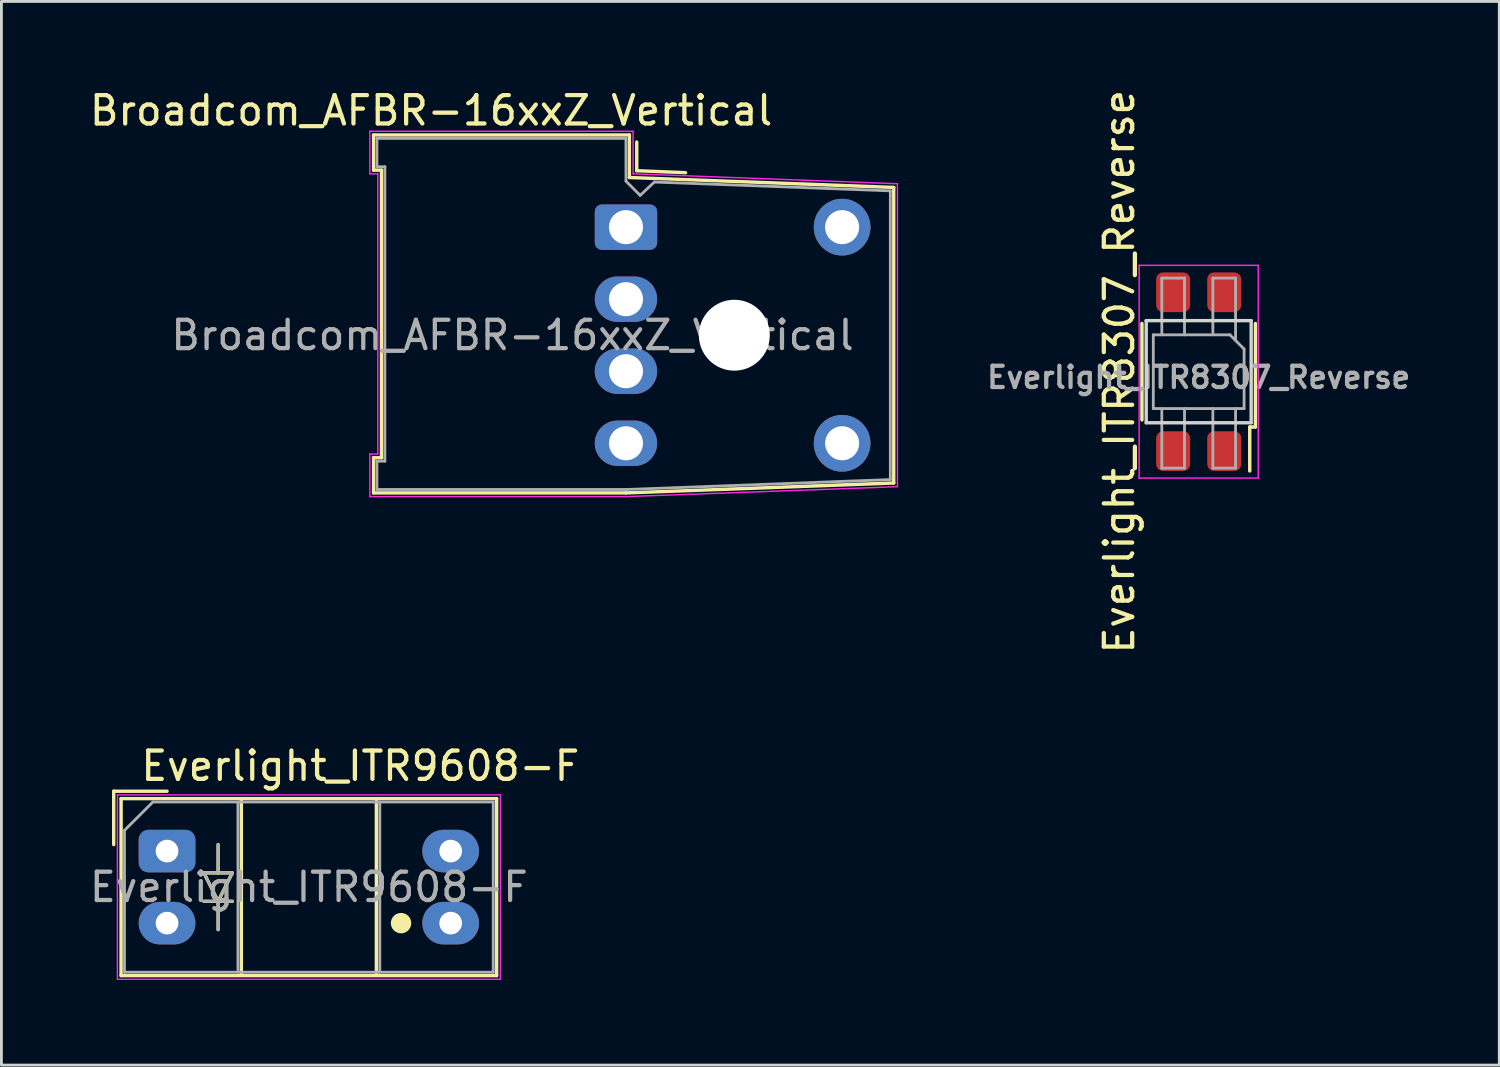
<source format=kicad_pcb>
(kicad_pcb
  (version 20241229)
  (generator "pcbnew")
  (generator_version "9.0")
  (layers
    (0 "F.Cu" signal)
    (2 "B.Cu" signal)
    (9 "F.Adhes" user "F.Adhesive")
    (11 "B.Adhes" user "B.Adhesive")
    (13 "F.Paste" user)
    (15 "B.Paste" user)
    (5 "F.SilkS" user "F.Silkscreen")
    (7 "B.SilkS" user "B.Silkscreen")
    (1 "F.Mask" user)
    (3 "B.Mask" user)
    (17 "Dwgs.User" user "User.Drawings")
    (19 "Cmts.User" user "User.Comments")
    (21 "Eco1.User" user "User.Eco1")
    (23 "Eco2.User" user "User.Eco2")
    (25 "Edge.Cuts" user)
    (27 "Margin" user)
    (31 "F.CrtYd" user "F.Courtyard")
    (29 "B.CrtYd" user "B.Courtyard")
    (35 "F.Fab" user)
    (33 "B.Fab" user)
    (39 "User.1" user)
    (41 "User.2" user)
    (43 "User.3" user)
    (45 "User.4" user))
  (footprint "Everlight_ITR8307_Reverse"
    (layer "F.Cu")
    (at 39.21 10.054)
    (property "Reference" "Everlight_ITR8307_Reverse" (at -2.8 0 90) (layer "F.SilkS") (effects (font (size 1 1) (thickness 0.15))))
    (attr smd)
    (fp_line (start -2 1.7) (end -2 -1.7) (stroke (width 0.12) (type solid)) (layer "F.SilkS"))
    (fp_line (start 1.8 3.5) (end 1.8 1.95) (stroke (width 0.12) (type solid)) (layer "F.SilkS"))
    (fp_line (start 2 1.95) (end 1.8 1.95) (stroke (width 0.12) (type solid)) (layer "F.SilkS"))
    (fp_line (start 2 1.95) (end 2 -1.7) (stroke (width 0.12) (type solid)) (layer "F.SilkS"))
    (fp_line (start -1.85 -1.8) (end 1.85 -1.8) (stroke (width 0.12) (type solid)) (layer "Edge.Cuts"))
    (fp_line (start -1.85 1.8) (end -1.85 -1.8) (stroke (width 0.12) (type solid)) (layer "Edge.Cuts"))
    (fp_line (start 1.85 -1.8) (end 1.85 1.8) (stroke (width 0.12) (type solid)) (layer "Edge.Cuts"))
    (fp_line (start 1.85 1.8) (end -1.85 1.8) (stroke (width 0.12) (type solid)) (layer "Edge.Cuts"))
    (fp_line (start -2.1 -3.75) (end -2.1 3.75) (stroke (width 0.05) (type solid)) (layer "F.CrtYd"))
    (fp_line (start -2.1 -3.75) (end 2.1 -3.75) (stroke (width 0.05) (type solid)) (layer "F.CrtYd"))
    (fp_line (start 2.1 3.75) (end -2.1 3.75) (stroke (width 0.05) (type solid)) (layer "F.CrtYd"))
    (fp_line (start 2.1 3.75) (end 2.1 -3.75) (stroke (width 0.05) (type solid)) (layer "F.CrtYd"))
    (fp_line (start -1.6 -1.3) (end -1.6 1.3) (stroke (width 0.1) (type solid)) (layer "F.Fab"))
    (fp_line (start -1.6 1.3) (end 1.6 1.3) (stroke (width 0.1) (type solid)) (layer "F.Fab"))
    (fp_line (start -1.3 -3.3) (end -1.3 -1.3) (stroke (width 0.1) (type solid)) (layer "F.Fab"))
    (fp_line (start -1.3 3.4) (end -1.3 1.3) (stroke (width 0.1) (type solid)) (layer "F.Fab"))
    (fp_line (start -0.5 -3.3) (end -1.3 -3.3) (stroke (width 0.1) (type solid)) (layer "F.Fab"))
    (fp_line (start -0.5 -1.3) (end -0.5 -3.3) (stroke (width 0.1) (type solid)) (layer "F.Fab"))
    (fp_line (start -0.5 1.3) (end -0.5 3.4) (stroke (width 0.1) (type solid)) (layer "F.Fab"))
    (fp_line (start -0.5 3.4) (end -1.3 3.4) (stroke (width 0.1) (type solid)) (layer "F.Fab"))
    (fp_line (start 0.5 -3.3) (end 0.5 -1.3) (stroke (width 0.1) (type solid)) (layer "F.Fab"))
    (fp_line (start 0.5 1.3) (end 0.5 3.4) (stroke (width 0.1) (type solid)) (layer "F.Fab"))
    (fp_line (start 0.5 3.4) (end 1.3 3.4) (stroke (width 0.1) (type solid)) (layer "F.Fab"))
    (fp_line (start 1.1 -1.3) (end -1.6 -1.3) (stroke (width 0.1) (type solid)) (layer "F.Fab"))
    (fp_line (start 1.3 -3.3) (end 0.5 -3.3) (stroke (width 0.1) (type solid)) (layer "F.Fab"))
    (fp_line (start 1.3 -3.3) (end 1.3 -1.1) (stroke (width 0.1) (type solid)) (layer "F.Fab"))
    (fp_line (start 1.3 3.4) (end 1.3 1.3) (stroke (width 0.1) (type solid)) (layer "F.Fab"))
    (fp_line (start 1.6 -0.8) (end 1.1 -1.3) (stroke (width 0.1) (type solid)) (layer "F.Fab"))
    (fp_line (start 1.6 1.3) (end 1.6 -0.8) (stroke (width 0.1) (type solid)) (layer "F.Fab"))
    (fp_text user "${REFERENCE}" (at 0 0.2 0) (layer "F.Fab") (effects (font (size 0.75 0.75) (thickness 0.15))))
    (pad "1" smd roundrect (at 0.9 2.8) (size 1.2 1.4) (layers "F.Cu" "F.Mask" "F.Paste") (roundrect_rratio 0.2))
    (pad "2" smd roundrect (at 0.9 -2.8) (size 1.2 1.4) (layers "F.Cu" "F.Mask" "F.Paste") (roundrect_rratio 0.2))
    (pad "3" smd roundrect (at -0.9 2.8) (size 1.2 1.4) (layers "F.Cu" "F.Mask" "F.Paste") (roundrect_rratio 0.2))
    (pad "4" smd roundrect (at -0.9 -2.8) (size 1.2 1.4) (layers "F.Cu" "F.Mask" "F.Paste") (roundrect_rratio 0.2)))
  (footprint "Broadcom_AFBR-16xxZ_Vertical"
    (layer "F.Cu")
    (at 19.019 4.958)
    (property "Reference" "Broadcom_AFBR-16xxZ_Vertical" (at -6.87 -4.11 0) (layer "F.SilkS") (effects (font (size 1 1) (thickness 0.15))))
    (attr through_hole)
    (fp_line (start -8.9 -3.25) (end 0.12 -3.25) (stroke (width 0.12) (type solid)) (layer "F.SilkS"))
    (fp_line (start -8.9 -2.01) (end -8.9 -3.25) (stroke (width 0.12) (type solid)) (layer "F.SilkS"))
    (fp_line (start -8.9 8.13) (end -8.62 8.13) (stroke (width 0.12) (type solid)) (layer "F.SilkS"))
    (fp_line (start -8.9 9.37) (end -8.9 8.13) (stroke (width 0.12) (type solid)) (layer "F.SilkS"))
    (fp_line (start -8.62 -2.01) (end -8.9 -2.01) (stroke (width 0.12) (type solid)) (layer "F.SilkS"))
    (fp_line (start -8.62 8.13) (end -8.62 -2.01) (stroke (width 0.12) (type solid)) (layer "F.SilkS"))
    (fp_line (start 0 9.37) (end -8.9 9.37) (stroke (width 0.12) (type solid)) (layer "F.SilkS"))
    (fp_line (start 0.12 -3.25) (end 0.12 -1.75) (stroke (width 0.12) (type solid)) (layer "F.SilkS"))
    (fp_line (start 0.12 -1.75) (end 9.44 -1.4) (stroke (width 0.12) (type solid)) (layer "F.SilkS"))
    (fp_line (start 0.38 -3) (end 0.38 -1.99) (stroke (width 0.12) (type solid)) (layer "F.SilkS"))
    (fp_line (start 0.38 -1.99) (end 2.1 -1.92) (stroke (width 0.12) (type solid)) (layer "F.SilkS"))
    (fp_line (start 9.44 -1.4) (end 9.44 9.02) (stroke (width 0.12) (type solid)) (layer "F.SilkS"))
    (fp_line (start 9.44 9.02) (end 0 9.37) (stroke (width 0.12) (type solid)) (layer "F.SilkS"))
    (fp_line (start -9.03 -3.38) (end -9.03 -1.88) (stroke (width 0.05) (type solid)) (layer "F.CrtYd"))
    (fp_line (start -9.03 -1.88) (end -8.75 -1.88) (stroke (width 0.05) (type solid)) (layer "F.CrtYd"))
    (fp_line (start -9.03 8) (end -9.03 9.5) (stroke (width 0.05) (type solid)) (layer "F.CrtYd"))
    (fp_line (start -9.03 9.5) (end 0 9.5) (stroke (width 0.05) (type solid)) (layer "F.CrtYd"))
    (fp_line (start -8.75 -1.88) (end -8.75 8) (stroke (width 0.05) (type solid)) (layer "F.CrtYd"))
    (fp_line (start -8.75 8) (end -9.03 8) (stroke (width 0.05) (type solid)) (layer "F.CrtYd"))
    (fp_line (start 0 9.5) (end 9.57 9.15) (stroke (width 0.05) (type solid)) (layer "F.CrtYd"))
    (fp_line (start 0.25 -3.38) (end -9.03 -3.38) (stroke (width 0.05) (type solid)) (layer "F.CrtYd"))
    (fp_line (start 0.25 -1.88) (end 0.25 -3.38) (stroke (width 0.05) (type solid)) (layer "F.CrtYd"))
    (fp_line (start 9.57 -1.53) (end 0.25 -1.88) (stroke (width 0.05) (type solid)) (layer "F.CrtYd"))
    (fp_line (start 9.57 9.15) (end 9.57 -1.53) (stroke (width 0.05) (type solid)) (layer "F.CrtYd"))
    (fp_line (start -8.78 -3.13) (end -8.78 -2.13) (stroke (width 0.1) (type solid)) (layer "F.Fab"))
    (fp_line (start -8.78 -3.13) (end 0 -3.13) (stroke (width 0.1) (type solid)) (layer "F.Fab"))
    (fp_line (start -8.78 -2.13) (end -8.5 -2.13) (stroke (width 0.1) (type solid)) (layer "F.Fab"))
    (fp_line (start -8.78 8.25) (end -8.78 9.25) (stroke (width 0.1) (type solid)) (layer "F.Fab"))
    (fp_line (start -8.5 -2.13) (end -8.5 8.25) (stroke (width 0.1) (type solid)) (layer "F.Fab"))
    (fp_line (start -8.5 8.25) (end -8.78 8.25) (stroke (width 0.1) (type solid)) (layer "F.Fab"))
    (fp_line (start 0 -1.63) (end 0 -3.13) (stroke (width 0.1) (type solid)) (layer "F.Fab"))
    (fp_line (start 0 -1.62) (end 0.5 -1.12) (stroke (width 0.1) (type solid)) (layer "F.Fab"))
    (fp_line (start 0 9.25) (end -8.78 9.25) (stroke (width 0.1) (type solid)) (layer "F.Fab"))
    (fp_line (start 0 9.25) (end 9.32 8.9) (stroke (width 0.1) (type solid)) (layer "F.Fab"))
    (fp_line (start 0.5 -1.12) (end 1 -1.59) (stroke (width 0.1) (type solid)) (layer "F.Fab"))
    (fp_line (start 9.32 -1.28) (end 1 -1.59) (stroke (width 0.1) (type solid)) (layer "F.Fab"))
    (fp_line (start 9.32 8.9) (end 9.32 -1.28) (stroke (width 0.1) (type solid)) (layer "F.Fab"))
    (fp_text user "${REFERENCE}" (at -4 3.81 0) (layer "F.Fab") (effects (font (size 1 1) (thickness 0.15))))
    (pad "" np_thru_hole circle (at 3.82 3.81) (size 2.5 2.5) (drill 2.5) (layers "*.Cu" "*.Mask"))
    (pad "1" thru_hole roundrect (at 0 0) (size 2.2 1.6) (drill 1.2) (layers "*.Cu" "*.Mask") (roundrect_rratio 0.156))
    (pad "2" thru_hole oval (at 0 2.54) (size 2.2 1.6) (drill 1.2) (layers "*.Cu" "*.Mask"))
    (pad "3" thru_hole oval (at 0 5.08) (size 2.2 1.6) (drill 1.2) (layers "*.Cu" "*.Mask"))
    (pad "4" thru_hole oval (at 0 7.62) (size 2.2 1.6) (drill 1.2) (layers "*.Cu" "*.Mask"))
    (pad "5" thru_hole circle (at 7.62 7.62) (size 2 2) (drill 1.2) (layers "*.Cu" "*.Mask"))
    (pad "8" thru_hole circle (at 7.62 0) (size 2 2) (drill 1.2) (layers "*.Cu" "*.Mask")))
  (footprint "Everlight_ITR9608-F"
    (layer "F.Cu")
    (at 2.839 26.955)
    (property "Reference" "Everlight_ITR9608-F" (at -1 -3 180) (layer "F.SilkS") (effects (font (size 1 1) (thickness 0.15)) (justify left)))
    (attr through_hole)
    (fp_line (start -1.88 -2.11) (end -1.88 -0.23) (stroke (width 0.12) (type solid)) (layer "F.SilkS"))
    (fp_line (start -1.88 -2.11) (end 0 -2.11) (stroke (width 0.12) (type solid)) (layer "F.SilkS"))
    (fp_line (start -1.62 -1.85) (end 11.62 -1.85) (stroke (width 0.12) (type solid)) (layer "F.SilkS"))
    (fp_line (start -1.62 4.39) (end -1.62 -1.85) (stroke (width 0.12) (type solid)) (layer "F.SilkS"))
    (fp_line (start 1.3 0.77) (end 1.8 1.77) (stroke (width 0.12) (type solid)) (layer "F.SilkS"))
    (fp_line (start 1.8 0.77) (end 1.8 -0.23) (stroke (width 0.12) (type solid)) (layer "F.SilkS"))
    (fp_line (start 1.8 1.77) (end 1.8 2.77) (stroke (width 0.12) (type solid)) (layer "F.SilkS"))
    (fp_line (start 1.8 1.77) (end 2.3 0.77) (stroke (width 0.12) (type solid)) (layer "F.SilkS"))
    (fp_line (start 2.3 0.77) (end 1.3 0.77) (stroke (width 0.12) (type solid)) (layer "F.SilkS"))
    (fp_line (start 2.3 1.77) (end 1.3 1.77) (stroke (width 0.12) (type solid)) (layer "F.SilkS"))
    (fp_line (start 2.62 4.37) (end 2.62 -1.85) (stroke (width 0.12) (type solid)) (layer "F.SilkS"))
    (fp_line (start 7.38 4.37) (end 7.38 -1.85) (stroke (width 0.12) (type solid)) (layer "F.SilkS"))
    (fp_line (start 11.62 -1.85) (end 11.62 4.39) (stroke (width 0.12) (type solid)) (layer "F.SilkS"))
    (fp_line (start 11.62 4.39) (end -1.62 4.39) (stroke (width 0.12) (type solid)) (layer "F.SilkS"))
    (fp_circle (center 8.25 2.54) (end 8.55 2.54) (stroke (width 0.12) (type solid)) (fill yes) (layer "F.SilkS"))
    (fp_line (start -1.75 -1.98) (end 11.75 -1.98) (stroke (width 0.05) (type solid)) (layer "F.CrtYd"))
    (fp_line (start -1.75 4.52) (end -1.75 -1.98) (stroke (width 0.05) (type solid)) (layer "F.CrtYd"))
    (fp_line (start 11.75 -1.98) (end 11.75 4.52) (stroke (width 0.05) (type solid)) (layer "F.CrtYd"))
    (fp_line (start 11.75 4.52) (end -1.75 4.52) (stroke (width 0.05) (type solid)) (layer "F.CrtYd"))
    (fp_line (start -1.5 -0.73) (end -0.5 -1.73) (stroke (width 0.1) (type solid)) (layer "F.Fab"))
    (fp_line (start -1.5 4.27) (end -1.5 -0.73) (stroke (width 0.1) (type solid)) (layer "F.Fab"))
    (fp_line (start -0.5 -1.73) (end 11.5 -1.73) (stroke (width 0.1) (type solid)) (layer "F.Fab"))
    (fp_line (start 1.3 0.77) (end 1.8 1.77) (stroke (width 0.1) (type solid)) (layer "F.Fab"))
    (fp_line (start 1.8 0.77) (end 1.8 -0.23) (stroke (width 0.1) (type solid)) (layer "F.Fab"))
    (fp_line (start 1.8 1.77) (end 1.8 2.77) (stroke (width 0.1) (type solid)) (layer "F.Fab"))
    (fp_line (start 1.8 1.77) (end 2.3 0.77) (stroke (width 0.1) (type solid)) (layer "F.Fab"))
    (fp_line (start 2.3 0.77) (end 1.3 0.77) (stroke (width 0.1) (type solid)) (layer "F.Fab"))
    (fp_line (start 2.3 1.77) (end 1.3 1.77) (stroke (width 0.1) (type solid)) (layer "F.Fab"))
    (fp_line (start 2.5 -1.73) (end 2.5 4.27) (stroke (width 0.1) (type solid)) (layer "F.Fab"))
    (fp_line (start 7.5 -1.73) (end 7.5 4.27) (stroke (width 0.1) (type solid)) (layer "F.Fab"))
    (fp_line (start 11.5 -1.73) (end 11.5 4.27) (stroke (width 0.1) (type solid)) (layer "F.Fab"))
    (fp_line (start 11.5 4.27) (end -1.5 4.27) (stroke (width 0.1) (type solid)) (layer "F.Fab"))
    (fp_text user "${REFERENCE}" (at 5 1.27 180) (layer "F.Fab") (effects (font (size 1 1) (thickness 0.15))))
    (pad "1" thru_hole roundrect (at 0 0 90) (size 1.5 2) (drill 0.8) (layers "*.Cu" "*.Mask") (roundrect_rratio 0.227))
    (pad "2" thru_hole oval (at 0 2.54 90) (size 1.5 2) (drill 0.8) (layers "*.Cu" "*.Mask"))
    (pad "3" thru_hole oval (at 10 2.54 90) (size 1.5 2) (drill 0.8) (layers "*.Cu" "*.Mask"))
    (pad "4" thru_hole oval (at 10 0 90) (size 1.5 2) (drill 0.8) (layers "*.Cu" "*.Mask")))
  (gr_rect
    (start -3 -3)
    (end 49.807 34.5)
    (stroke (width 0.1) (type default))
    (fill no)
    (layer "Edge.Cuts")))
</source>
